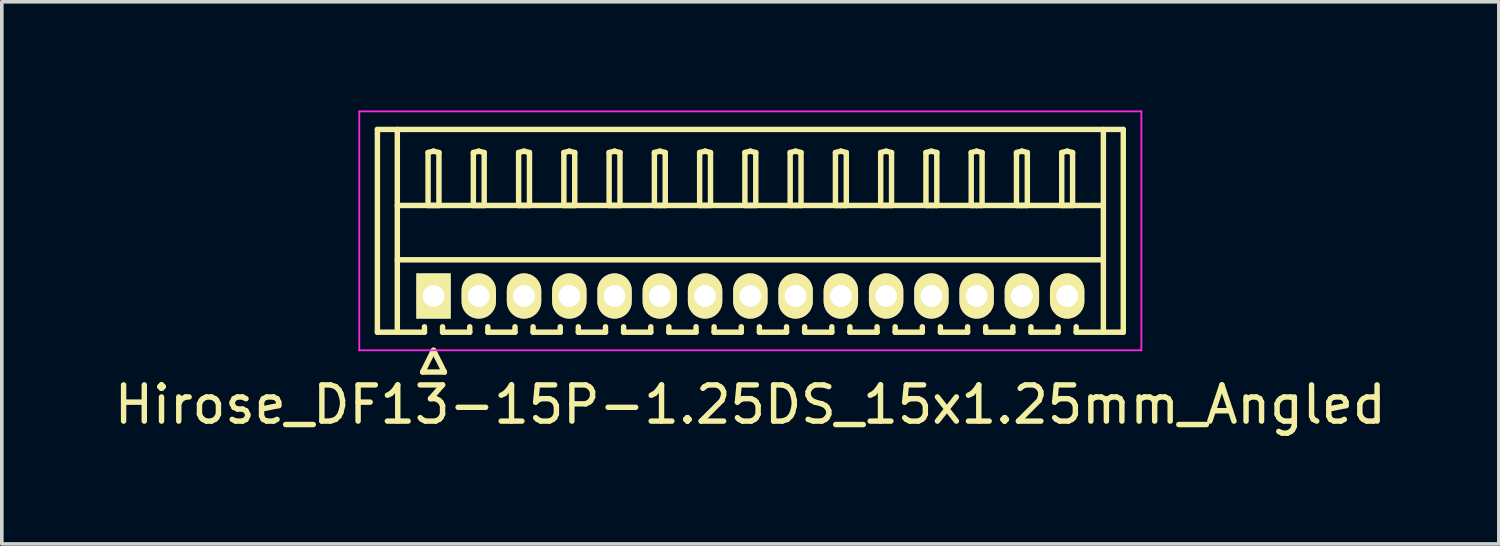
<source format=kicad_pcb>
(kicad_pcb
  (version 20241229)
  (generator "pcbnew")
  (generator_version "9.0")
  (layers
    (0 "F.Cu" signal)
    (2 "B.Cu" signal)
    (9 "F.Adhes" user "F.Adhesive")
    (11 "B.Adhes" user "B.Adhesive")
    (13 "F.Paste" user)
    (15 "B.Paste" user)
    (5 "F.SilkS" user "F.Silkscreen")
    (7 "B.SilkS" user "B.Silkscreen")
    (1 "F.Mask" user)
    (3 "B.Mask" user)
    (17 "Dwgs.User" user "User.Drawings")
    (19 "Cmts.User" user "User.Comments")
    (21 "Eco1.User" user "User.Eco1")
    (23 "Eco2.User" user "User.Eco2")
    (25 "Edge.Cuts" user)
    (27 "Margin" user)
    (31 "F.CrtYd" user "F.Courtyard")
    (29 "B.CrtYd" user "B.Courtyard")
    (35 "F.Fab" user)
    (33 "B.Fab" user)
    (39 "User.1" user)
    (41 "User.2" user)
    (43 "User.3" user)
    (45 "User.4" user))
  (footprint "Hirose_DF13-15P-1.25DS_15x1.25mm_Angled"
    (layer "F.Cu")
    (at 8.923 5.125)
    (property "Reference" "Hirose_DF13-15P-1.25DS_15x1.25mm_Angled" (at 8.75 3 0) (layer "F.SilkS") (effects (font (size 1 1) (thickness 0.15))))
    (attr through_hole)
    (fp_line (start -1.55 -4.6) (end 19.05 -4.6) (stroke (width 0.15) (type solid)) (layer "F.SilkS"))
    (fp_line (start -1.55 1) (end -1.55 -4.6) (stroke (width 0.15) (type solid)) (layer "F.SilkS"))
    (fp_line (start -1 -4.6) (end -1 1) (stroke (width 0.15) (type solid)) (layer "F.SilkS"))
    (fp_line (start -1 -2.5) (end 18.5 -2.5) (stroke (width 0.15) (type solid)) (layer "F.SilkS"))
    (fp_line (start -1 -1) (end 18.5 -1) (stroke (width 0.15) (type solid)) (layer "F.SilkS"))
    (fp_line (start -0.3 2.1) (end 0.3 2.1) (stroke (width 0.15) (type solid)) (layer "F.SilkS"))
    (fp_line (start -0.25 0.85) (end -0.25 1) (stroke (width 0.15) (type solid)) (layer "F.SilkS"))
    (fp_line (start -0.25 1) (end -1.55 1) (stroke (width 0.15) (type solid)) (layer "F.SilkS"))
    (fp_line (start -0.15 -3.962) (end 0 -4) (stroke (width 0.15) (type solid)) (layer "F.SilkS"))
    (fp_line (start -0.15 -2.5) (end -0.15 -3.962) (stroke (width 0.15) (type solid)) (layer "F.SilkS"))
    (fp_line (start 0 -4) (end 0.15 -3.962) (stroke (width 0.15) (type solid)) (layer "F.SilkS"))
    (fp_line (start 0 -2.5) (end -0.15 -2.5) (stroke (width 0.15) (type solid)) (layer "F.SilkS"))
    (fp_line (start 0 1.5) (end -0.3 2.1) (stroke (width 0.15) (type solid)) (layer "F.SilkS"))
    (fp_line (start 0.15 -3.962) (end 0.15 -2.5) (stroke (width 0.15) (type solid)) (layer "F.SilkS"))
    (fp_line (start 0.15 -2.5) (end 0 -2.5) (stroke (width 0.15) (type solid)) (layer "F.SilkS"))
    (fp_line (start 0.25 0.85) (end 0.25 1) (stroke (width 0.15) (type solid)) (layer "F.SilkS"))
    (fp_line (start 0.25 1) (end 1 1) (stroke (width 0.15) (type solid)) (layer "F.SilkS"))
    (fp_line (start 0.3 2.1) (end 0 1.5) (stroke (width 0.15) (type solid)) (layer "F.SilkS"))
    (fp_line (start 1 1) (end 1 0.85) (stroke (width 0.15) (type solid)) (layer "F.SilkS"))
    (fp_line (start 1.1 -3.962) (end 1.25 -4) (stroke (width 0.15) (type solid)) (layer "F.SilkS"))
    (fp_line (start 1.1 -2.5) (end 1.1 -3.962) (stroke (width 0.15) (type solid)) (layer "F.SilkS"))
    (fp_line (start 1.25 -4) (end 1.4 -3.962) (stroke (width 0.15) (type solid)) (layer "F.SilkS"))
    (fp_line (start 1.25 -2.5) (end 1.1 -2.5) (stroke (width 0.15) (type solid)) (layer "F.SilkS"))
    (fp_line (start 1.4 -3.962) (end 1.4 -2.5) (stroke (width 0.15) (type solid)) (layer "F.SilkS"))
    (fp_line (start 1.4 -2.5) (end 1.25 -2.5) (stroke (width 0.15) (type solid)) (layer "F.SilkS"))
    (fp_line (start 1.5 0.85) (end 1.5 1) (stroke (width 0.15) (type solid)) (layer "F.SilkS"))
    (fp_line (start 1.5 1) (end 2.25 1) (stroke (width 0.15) (type solid)) (layer "F.SilkS"))
    (fp_line (start 2.25 1) (end 2.25 0.85) (stroke (width 0.15) (type solid)) (layer "F.SilkS"))
    (fp_line (start 2.35 -3.962) (end 2.5 -4) (stroke (width 0.15) (type solid)) (layer "F.SilkS"))
    (fp_line (start 2.35 -2.5) (end 2.35 -3.962) (stroke (width 0.15) (type solid)) (layer "F.SilkS"))
    (fp_line (start 2.5 -4) (end 2.65 -3.962) (stroke (width 0.15) (type solid)) (layer "F.SilkS"))
    (fp_line (start 2.5 -2.5) (end 2.35 -2.5) (stroke (width 0.15) (type solid)) (layer "F.SilkS"))
    (fp_line (start 2.65 -3.962) (end 2.65 -2.5) (stroke (width 0.15) (type solid)) (layer "F.SilkS"))
    (fp_line (start 2.65 -2.5) (end 2.5 -2.5) (stroke (width 0.15) (type solid)) (layer "F.SilkS"))
    (fp_line (start 2.75 0.85) (end 2.75 1) (stroke (width 0.15) (type solid)) (layer "F.SilkS"))
    (fp_line (start 2.75 1) (end 3.5 1) (stroke (width 0.15) (type solid)) (layer "F.SilkS"))
    (fp_line (start 3.5 1) (end 3.5 0.85) (stroke (width 0.15) (type solid)) (layer "F.SilkS"))
    (fp_line (start 3.6 -3.962) (end 3.75 -4) (stroke (width 0.15) (type solid)) (layer "F.SilkS"))
    (fp_line (start 3.6 -2.5) (end 3.6 -3.962) (stroke (width 0.15) (type solid)) (layer "F.SilkS"))
    (fp_line (start 3.75 -4) (end 3.9 -3.962) (stroke (width 0.15) (type solid)) (layer "F.SilkS"))
    (fp_line (start 3.75 -2.5) (end 3.6 -2.5) (stroke (width 0.15) (type solid)) (layer "F.SilkS"))
    (fp_line (start 3.9 -3.962) (end 3.9 -2.5) (stroke (width 0.15) (type solid)) (layer "F.SilkS"))
    (fp_line (start 3.9 -2.5) (end 3.75 -2.5) (stroke (width 0.15) (type solid)) (layer "F.SilkS"))
    (fp_line (start 4 0.85) (end 4 1) (stroke (width 0.15) (type solid)) (layer "F.SilkS"))
    (fp_line (start 4 1) (end 4.75 1) (stroke (width 0.15) (type solid)) (layer "F.SilkS"))
    (fp_line (start 4.75 1) (end 4.75 0.85) (stroke (width 0.15) (type solid)) (layer "F.SilkS"))
    (fp_line (start 4.85 -3.962) (end 5 -4) (stroke (width 0.15) (type solid)) (layer "F.SilkS"))
    (fp_line (start 4.85 -2.5) (end 4.85 -3.962) (stroke (width 0.15) (type solid)) (layer "F.SilkS"))
    (fp_line (start 5 -4) (end 5.15 -3.962) (stroke (width 0.15) (type solid)) (layer "F.SilkS"))
    (fp_line (start 5 -2.5) (end 4.85 -2.5) (stroke (width 0.15) (type solid)) (layer "F.SilkS"))
    (fp_line (start 5.15 -3.962) (end 5.15 -2.5) (stroke (width 0.15) (type solid)) (layer "F.SilkS"))
    (fp_line (start 5.15 -2.5) (end 5 -2.5) (stroke (width 0.15) (type solid)) (layer "F.SilkS"))
    (fp_line (start 5.25 0.85) (end 5.25 1) (stroke (width 0.15) (type solid)) (layer "F.SilkS"))
    (fp_line (start 5.25 1) (end 6 1) (stroke (width 0.15) (type solid)) (layer "F.SilkS"))
    (fp_line (start 6 1) (end 6 0.85) (stroke (width 0.15) (type solid)) (layer "F.SilkS"))
    (fp_line (start 6.1 -3.962) (end 6.25 -4) (stroke (width 0.15) (type solid)) (layer "F.SilkS"))
    (fp_line (start 6.1 -2.5) (end 6.1 -3.962) (stroke (width 0.15) (type solid)) (layer "F.SilkS"))
    (fp_line (start 6.25 -4) (end 6.4 -3.962) (stroke (width 0.15) (type solid)) (layer "F.SilkS"))
    (fp_line (start 6.25 -2.5) (end 6.1 -2.5) (stroke (width 0.15) (type solid)) (layer "F.SilkS"))
    (fp_line (start 6.4 -3.962) (end 6.4 -2.5) (stroke (width 0.15) (type solid)) (layer "F.SilkS"))
    (fp_line (start 6.4 -2.5) (end 6.25 -2.5) (stroke (width 0.15) (type solid)) (layer "F.SilkS"))
    (fp_line (start 6.5 0.85) (end 6.5 1) (stroke (width 0.15) (type solid)) (layer "F.SilkS"))
    (fp_line (start 6.5 1) (end 7.25 1) (stroke (width 0.15) (type solid)) (layer "F.SilkS"))
    (fp_line (start 7.25 1) (end 7.25 0.85) (stroke (width 0.15) (type solid)) (layer "F.SilkS"))
    (fp_line (start 7.35 -3.962) (end 7.5 -4) (stroke (width 0.15) (type solid)) (layer "F.SilkS"))
    (fp_line (start 7.35 -2.5) (end 7.35 -3.962) (stroke (width 0.15) (type solid)) (layer "F.SilkS"))
    (fp_line (start 7.5 -4) (end 7.65 -3.962) (stroke (width 0.15) (type solid)) (layer "F.SilkS"))
    (fp_line (start 7.5 -2.5) (end 7.35 -2.5) (stroke (width 0.15) (type solid)) (layer "F.SilkS"))
    (fp_line (start 7.65 -3.962) (end 7.65 -2.5) (stroke (width 0.15) (type solid)) (layer "F.SilkS"))
    (fp_line (start 7.65 -2.5) (end 7.5 -2.5) (stroke (width 0.15) (type solid)) (layer "F.SilkS"))
    (fp_line (start 7.75 0.85) (end 7.75 1) (stroke (width 0.15) (type solid)) (layer "F.SilkS"))
    (fp_line (start 7.75 1) (end 8.5 1) (stroke (width 0.15) (type solid)) (layer "F.SilkS"))
    (fp_line (start 8.5 1) (end 8.5 0.85) (stroke (width 0.15) (type solid)) (layer "F.SilkS"))
    (fp_line (start 8.6 -3.962) (end 8.75 -4) (stroke (width 0.15) (type solid)) (layer "F.SilkS"))
    (fp_line (start 8.6 -2.5) (end 8.6 -3.962) (stroke (width 0.15) (type solid)) (layer "F.SilkS"))
    (fp_line (start 8.75 -4) (end 8.9 -3.962) (stroke (width 0.15) (type solid)) (layer "F.SilkS"))
    (fp_line (start 8.75 -2.5) (end 8.6 -2.5) (stroke (width 0.15) (type solid)) (layer "F.SilkS"))
    (fp_line (start 8.9 -3.962) (end 8.9 -2.5) (stroke (width 0.15) (type solid)) (layer "F.SilkS"))
    (fp_line (start 8.9 -2.5) (end 8.75 -2.5) (stroke (width 0.15) (type solid)) (layer "F.SilkS"))
    (fp_line (start 9 0.85) (end 9 1) (stroke (width 0.15) (type solid)) (layer "F.SilkS"))
    (fp_line (start 9 1) (end 9.75 1) (stroke (width 0.15) (type solid)) (layer "F.SilkS"))
    (fp_line (start 9.75 1) (end 9.75 0.85) (stroke (width 0.15) (type solid)) (layer "F.SilkS"))
    (fp_line (start 9.85 -3.962) (end 10 -4) (stroke (width 0.15) (type solid)) (layer "F.SilkS"))
    (fp_line (start 9.85 -2.5) (end 9.85 -3.962) (stroke (width 0.15) (type solid)) (layer "F.SilkS"))
    (fp_line (start 10 -4) (end 10.15 -3.962) (stroke (width 0.15) (type solid)) (layer "F.SilkS"))
    (fp_line (start 10 -2.5) (end 9.85 -2.5) (stroke (width 0.15) (type solid)) (layer "F.SilkS"))
    (fp_line (start 10.15 -3.962) (end 10.15 -2.5) (stroke (width 0.15) (type solid)) (layer "F.SilkS"))
    (fp_line (start 10.15 -2.5) (end 10 -2.5) (stroke (width 0.15) (type solid)) (layer "F.SilkS"))
    (fp_line (start 10.25 0.85) (end 10.25 1) (stroke (width 0.15) (type solid)) (layer "F.SilkS"))
    (fp_line (start 10.25 1) (end 11 1) (stroke (width 0.15) (type solid)) (layer "F.SilkS"))
    (fp_line (start 11 1) (end 11 0.85) (stroke (width 0.15) (type solid)) (layer "F.SilkS"))
    (fp_line (start 11.1 -3.962) (end 11.25 -4) (stroke (width 0.15) (type solid)) (layer "F.SilkS"))
    (fp_line (start 11.1 -2.5) (end 11.1 -3.962) (stroke (width 0.15) (type solid)) (layer "F.SilkS"))
    (fp_line (start 11.25 -4) (end 11.4 -3.962) (stroke (width 0.15) (type solid)) (layer "F.SilkS"))
    (fp_line (start 11.25 -2.5) (end 11.1 -2.5) (stroke (width 0.15) (type solid)) (layer "F.SilkS"))
    (fp_line (start 11.4 -3.962) (end 11.4 -2.5) (stroke (width 0.15) (type solid)) (layer "F.SilkS"))
    (fp_line (start 11.4 -2.5) (end 11.25 -2.5) (stroke (width 0.15) (type solid)) (layer "F.SilkS"))
    (fp_line (start 11.5 0.85) (end 11.5 1) (stroke (width 0.15) (type solid)) (layer "F.SilkS"))
    (fp_line (start 11.5 1) (end 12.25 1) (stroke (width 0.15) (type solid)) (layer "F.SilkS"))
    (fp_line (start 12.25 1) (end 12.25 0.85) (stroke (width 0.15) (type solid)) (layer "F.SilkS"))
    (fp_line (start 12.35 -3.962) (end 12.5 -4) (stroke (width 0.15) (type solid)) (layer "F.SilkS"))
    (fp_line (start 12.35 -2.5) (end 12.35 -3.962) (stroke (width 0.15) (type solid)) (layer "F.SilkS"))
    (fp_line (start 12.5 -4) (end 12.65 -3.962) (stroke (width 0.15) (type solid)) (layer "F.SilkS"))
    (fp_line (start 12.5 -2.5) (end 12.35 -2.5) (stroke (width 0.15) (type solid)) (layer "F.SilkS"))
    (fp_line (start 12.65 -3.962) (end 12.65 -2.5) (stroke (width 0.15) (type solid)) (layer "F.SilkS"))
    (fp_line (start 12.65 -2.5) (end 12.5 -2.5) (stroke (width 0.15) (type solid)) (layer "F.SilkS"))
    (fp_line (start 12.75 0.85) (end 12.75 1) (stroke (width 0.15) (type solid)) (layer "F.SilkS"))
    (fp_line (start 12.75 1) (end 13.5 1) (stroke (width 0.15) (type solid)) (layer "F.SilkS"))
    (fp_line (start 13.5 1) (end 13.5 0.85) (stroke (width 0.15) (type solid)) (layer "F.SilkS"))
    (fp_line (start 13.6 -3.962) (end 13.75 -4) (stroke (width 0.15) (type solid)) (layer "F.SilkS"))
    (fp_line (start 13.6 -2.5) (end 13.6 -3.962) (stroke (width 0.15) (type solid)) (layer "F.SilkS"))
    (fp_line (start 13.75 -4) (end 13.9 -3.962) (stroke (width 0.15) (type solid)) (layer "F.SilkS"))
    (fp_line (start 13.75 -2.5) (end 13.6 -2.5) (stroke (width 0.15) (type solid)) (layer "F.SilkS"))
    (fp_line (start 13.9 -3.962) (end 13.9 -2.5) (stroke (width 0.15) (type solid)) (layer "F.SilkS"))
    (fp_line (start 13.9 -2.5) (end 13.75 -2.5) (stroke (width 0.15) (type solid)) (layer "F.SilkS"))
    (fp_line (start 14 0.85) (end 14 1) (stroke (width 0.15) (type solid)) (layer "F.SilkS"))
    (fp_line (start 14 1) (end 14.75 1) (stroke (width 0.15) (type solid)) (layer "F.SilkS"))
    (fp_line (start 14.75 1) (end 14.75 0.85) (stroke (width 0.15) (type solid)) (layer "F.SilkS"))
    (fp_line (start 14.85 -3.962) (end 15 -4) (stroke (width 0.15) (type solid)) (layer "F.SilkS"))
    (fp_line (start 14.85 -2.5) (end 14.85 -3.962) (stroke (width 0.15) (type solid)) (layer "F.SilkS"))
    (fp_line (start 15 -4) (end 15.15 -3.962) (stroke (width 0.15) (type solid)) (layer "F.SilkS"))
    (fp_line (start 15 -2.5) (end 14.85 -2.5) (stroke (width 0.15) (type solid)) (layer "F.SilkS"))
    (fp_line (start 15.15 -3.962) (end 15.15 -2.5) (stroke (width 0.15) (type solid)) (layer "F.SilkS"))
    (fp_line (start 15.15 -2.5) (end 15 -2.5) (stroke (width 0.15) (type solid)) (layer "F.SilkS"))
    (fp_line (start 15.25 0.85) (end 15.25 1) (stroke (width 0.15) (type solid)) (layer "F.SilkS"))
    (fp_line (start 15.25 1) (end 16 1) (stroke (width 0.15) (type solid)) (layer "F.SilkS"))
    (fp_line (start 16 1) (end 16 0.85) (stroke (width 0.15) (type solid)) (layer "F.SilkS"))
    (fp_line (start 16.1 -3.962) (end 16.25 -4) (stroke (width 0.15) (type solid)) (layer "F.SilkS"))
    (fp_line (start 16.1 -2.5) (end 16.1 -3.962) (stroke (width 0.15) (type solid)) (layer "F.SilkS"))
    (fp_line (start 16.25 -4) (end 16.4 -3.962) (stroke (width 0.15) (type solid)) (layer "F.SilkS"))
    (fp_line (start 16.25 -2.5) (end 16.1 -2.5) (stroke (width 0.15) (type solid)) (layer "F.SilkS"))
    (fp_line (start 16.4 -3.962) (end 16.4 -2.5) (stroke (width 0.15) (type solid)) (layer "F.SilkS"))
    (fp_line (start 16.4 -2.5) (end 16.25 -2.5) (stroke (width 0.15) (type solid)) (layer "F.SilkS"))
    (fp_line (start 16.5 0.85) (end 16.5 1) (stroke (width 0.15) (type solid)) (layer "F.SilkS"))
    (fp_line (start 16.5 1) (end 17.25 1) (stroke (width 0.15) (type solid)) (layer "F.SilkS"))
    (fp_line (start 17.25 1) (end 17.25 0.85) (stroke (width 0.15) (type solid)) (layer "F.SilkS"))
    (fp_line (start 17.35 -3.962) (end 17.5 -4) (stroke (width 0.15) (type solid)) (layer "F.SilkS"))
    (fp_line (start 17.35 -2.5) (end 17.35 -3.962) (stroke (width 0.15) (type solid)) (layer "F.SilkS"))
    (fp_line (start 17.5 -4) (end 17.65 -3.962) (stroke (width 0.15) (type solid)) (layer "F.SilkS"))
    (fp_line (start 17.5 -2.5) (end 17.35 -2.5) (stroke (width 0.15) (type solid)) (layer "F.SilkS"))
    (fp_line (start 17.65 -3.962) (end 17.65 -2.5) (stroke (width 0.15) (type solid)) (layer "F.SilkS"))
    (fp_line (start 17.65 -2.5) (end 17.5 -2.5) (stroke (width 0.15) (type solid)) (layer "F.SilkS"))
    (fp_line (start 17.75 1) (end 17.75 0.85) (stroke (width 0.15) (type solid)) (layer "F.SilkS"))
    (fp_line (start 18.5 -4.6) (end 18.5 1) (stroke (width 0.15) (type solid)) (layer "F.SilkS"))
    (fp_line (start 19.05 -4.6) (end 19.05 1) (stroke (width 0.15) (type solid)) (layer "F.SilkS"))
    (fp_line (start 19.05 1) (end 17.75 1) (stroke (width 0.15) (type solid)) (layer "F.SilkS"))
    (fp_line (start -2.05 -5.1) (end -2.05 1.5) (stroke (width 0.05) (type solid)) (layer "F.CrtYd"))
    (fp_line (start -2.05 1.5) (end 19.55 1.5) (stroke (width 0.05) (type solid)) (layer "F.CrtYd"))
    (fp_line (start 19.55 -5.1) (end -2.05 -5.1) (stroke (width 0.05) (type solid)) (layer "F.CrtYd"))
    (fp_line (start 19.55 1.5) (end 19.55 -5.1) (stroke (width 0.05) (type solid)) (layer "F.CrtYd"))
    (pad "1" thru_hole rect (at 0 0) (size 0.95 1.25) (drill 0.6) (layers "*.Cu" "*.Mask" "F.SilkS"))
    (pad "2" thru_hole oval (at 1.25 0) (size 0.95 1.25) (drill 0.6) (layers "*.Cu" "*.Mask" "F.SilkS"))
    (pad "3" thru_hole oval (at 2.5 0) (size 0.95 1.25) (drill 0.6) (layers "*.Cu" "*.Mask" "F.SilkS"))
    (pad "4" thru_hole oval (at 3.75 0) (size 0.95 1.25) (drill 0.6) (layers "*.Cu" "*.Mask" "F.SilkS"))
    (pad "5" thru_hole oval (at 5 0) (size 0.95 1.25) (drill 0.6) (layers "*.Cu" "*.Mask" "F.SilkS"))
    (pad "6" thru_hole oval (at 6.25 0) (size 0.95 1.25) (drill 0.6) (layers "*.Cu" "*.Mask" "F.SilkS"))
    (pad "7" thru_hole oval (at 7.5 0) (size 0.95 1.25) (drill 0.6) (layers "*.Cu" "*.Mask" "F.SilkS"))
    (pad "8" thru_hole oval (at 8.75 0) (size 0.95 1.25) (drill 0.6) (layers "*.Cu" "*.Mask" "F.SilkS"))
    (pad "9" thru_hole oval (at 10 0) (size 0.95 1.25) (drill 0.6) (layers "*.Cu" "*.Mask" "F.SilkS"))
    (pad "10" thru_hole oval (at 11.25 0) (size 0.95 1.25) (drill 0.6) (layers "*.Cu" "*.Mask" "F.SilkS"))
    (pad "11" thru_hole oval (at 12.5 0) (size 0.95 1.25) (drill 0.6) (layers "*.Cu" "*.Mask" "F.SilkS"))
    (pad "12" thru_hole oval (at 13.75 0) (size 0.95 1.25) (drill 0.6) (layers "*.Cu" "*.Mask" "F.SilkS"))
    (pad "13" thru_hole oval (at 15 0) (size 0.95 1.25) (drill 0.6) (layers "*.Cu" "*.Mask" "F.SilkS"))
    (pad "14" thru_hole oval (at 16.25 0) (size 0.95 1.25) (drill 0.6) (layers "*.Cu" "*.Mask" "F.SilkS"))
    (pad "15" thru_hole oval (at 17.5 0) (size 0.95 1.25) (drill 0.6) (layers "*.Cu" "*.Mask" "F.SilkS")))
  (gr_rect
    (start -3 -3)
    (end 38.345 11.973)
    (stroke (width 0.1) (type default))
    (fill no)
    (layer "Edge.Cuts")))
</source>
